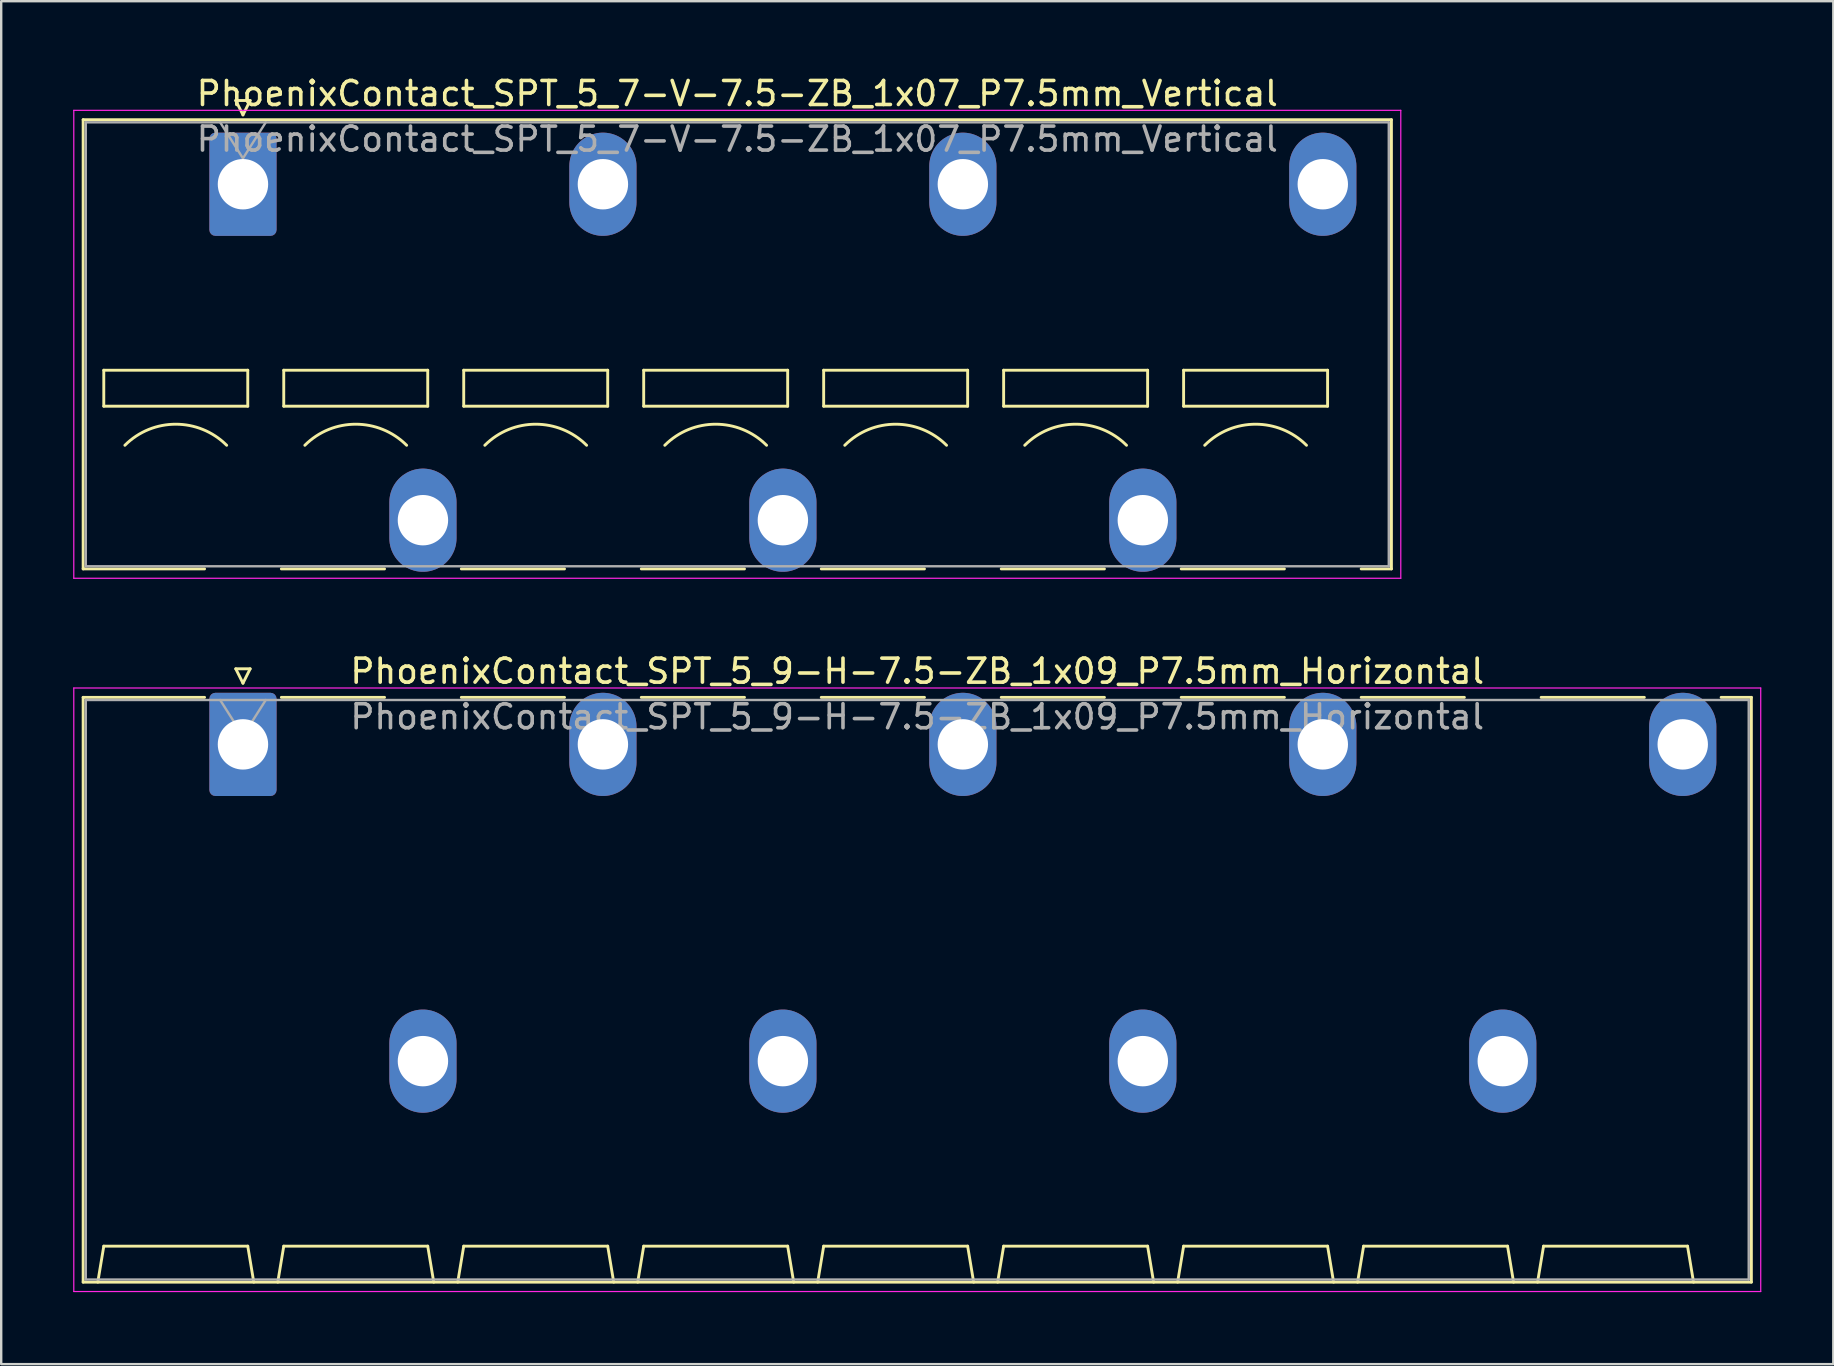
<source format=kicad_pcb>
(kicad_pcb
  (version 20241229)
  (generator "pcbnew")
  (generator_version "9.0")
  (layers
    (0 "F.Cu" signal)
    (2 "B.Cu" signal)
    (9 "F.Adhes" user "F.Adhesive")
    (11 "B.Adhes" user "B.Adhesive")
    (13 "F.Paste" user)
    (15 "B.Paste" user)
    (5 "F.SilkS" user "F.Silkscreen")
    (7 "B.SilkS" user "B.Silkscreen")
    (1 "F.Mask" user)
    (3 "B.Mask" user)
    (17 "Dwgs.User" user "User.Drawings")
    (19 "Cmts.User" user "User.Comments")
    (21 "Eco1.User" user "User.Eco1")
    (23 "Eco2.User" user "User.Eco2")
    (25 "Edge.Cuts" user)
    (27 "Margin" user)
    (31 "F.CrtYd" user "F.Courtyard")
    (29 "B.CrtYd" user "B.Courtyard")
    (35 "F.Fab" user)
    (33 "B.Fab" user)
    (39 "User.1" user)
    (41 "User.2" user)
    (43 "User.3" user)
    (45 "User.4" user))
  (footprint "PhoenixContact_SPT_5_9-H-7.5-ZB_1x09_P7.5mm_Horizontal"
    (layer "F.Cu")
    (at 7.075 27.971)
    (property "Reference" "PhoenixContact_SPT_5_9-H-7.5-ZB_1x09_P7.5mm_Horizontal" (at 28.1 -3.05 0) (layer "F.SilkS") (effects (font (size 1 1) (thickness 0.15))))
    (attr through_hole)
    (fp_line (start -6.66 -1.96) (end -1.6 -1.96) (stroke (width 0.12) (type solid)) (layer "F.SilkS"))
    (fp_line (start -6.66 22.41) (end -6.66 -1.96) (stroke (width 0.12) (type solid)) (layer "F.SilkS"))
    (fp_line (start -6.05 22.41) (end -5.8 20.91) (stroke (width 0.12) (type solid)) (layer "F.SilkS"))
    (fp_line (start -5.8 20.91) (end 0.2 20.91) (stroke (width 0.12) (type solid)) (layer "F.SilkS"))
    (fp_line (start -0.3 -3.15) (end 0 -2.55) (stroke (width 0.12) (type solid)) (layer "F.SilkS"))
    (fp_line (start -0.3 -3.15) (end 0.3 -3.15) (stroke (width 0.12) (type solid)) (layer "F.SilkS"))
    (fp_line (start 0.3 -3.15) (end 0 -2.55) (stroke (width 0.12) (type solid)) (layer "F.SilkS"))
    (fp_line (start 0.45 22.41) (end 0.2 20.91) (stroke (width 0.12) (type solid)) (layer "F.SilkS"))
    (fp_line (start 1.45 22.41) (end 1.7 20.91) (stroke (width 0.12) (type solid)) (layer "F.SilkS"))
    (fp_line (start 1.6 -1.96) (end 5.9 -1.96) (stroke (width 0.12) (type solid)) (layer "F.SilkS"))
    (fp_line (start 1.7 20.91) (end 7.7 20.91) (stroke (width 0.12) (type solid)) (layer "F.SilkS"))
    (fp_line (start 7.95 22.41) (end 7.7 20.91) (stroke (width 0.12) (type solid)) (layer "F.SilkS"))
    (fp_line (start 8.95 22.41) (end 9.2 20.91) (stroke (width 0.12) (type solid)) (layer "F.SilkS"))
    (fp_line (start 9.1 -1.96) (end 13.4 -1.96) (stroke (width 0.12) (type solid)) (layer "F.SilkS"))
    (fp_line (start 9.2 20.91) (end 15.2 20.91) (stroke (width 0.12) (type solid)) (layer "F.SilkS"))
    (fp_line (start 15.45 22.41) (end 15.2 20.91) (stroke (width 0.12) (type solid)) (layer "F.SilkS"))
    (fp_line (start 16.45 22.41) (end 16.7 20.91) (stroke (width 0.12) (type solid)) (layer "F.SilkS"))
    (fp_line (start 16.6 -1.96) (end 20.9 -1.96) (stroke (width 0.12) (type solid)) (layer "F.SilkS"))
    (fp_line (start 16.7 20.91) (end 22.7 20.91) (stroke (width 0.12) (type solid)) (layer "F.SilkS"))
    (fp_line (start 22.95 22.41) (end 22.7 20.91) (stroke (width 0.12) (type solid)) (layer "F.SilkS"))
    (fp_line (start 23.95 22.41) (end 24.2 20.91) (stroke (width 0.12) (type solid)) (layer "F.SilkS"))
    (fp_line (start 24.1 -1.96) (end 28.4 -1.96) (stroke (width 0.12) (type solid)) (layer "F.SilkS"))
    (fp_line (start 24.2 20.91) (end 30.2 20.91) (stroke (width 0.12) (type solid)) (layer "F.SilkS"))
    (fp_line (start 30.45 22.41) (end 30.2 20.91) (stroke (width 0.12) (type solid)) (layer "F.SilkS"))
    (fp_line (start 31.45 22.41) (end 31.7 20.91) (stroke (width 0.12) (type solid)) (layer "F.SilkS"))
    (fp_line (start 31.6 -1.96) (end 35.9 -1.96) (stroke (width 0.12) (type solid)) (layer "F.SilkS"))
    (fp_line (start 31.7 20.91) (end 37.7 20.91) (stroke (width 0.12) (type solid)) (layer "F.SilkS"))
    (fp_line (start 37.95 22.41) (end 37.7 20.91) (stroke (width 0.12) (type solid)) (layer "F.SilkS"))
    (fp_line (start 38.95 22.41) (end 39.2 20.91) (stroke (width 0.12) (type solid)) (layer "F.SilkS"))
    (fp_line (start 39.1 -1.96) (end 43.4 -1.96) (stroke (width 0.12) (type solid)) (layer "F.SilkS"))
    (fp_line (start 39.2 20.91) (end 45.2 20.91) (stroke (width 0.12) (type solid)) (layer "F.SilkS"))
    (fp_line (start 45.45 22.41) (end 45.2 20.91) (stroke (width 0.12) (type solid)) (layer "F.SilkS"))
    (fp_line (start 46.45 22.41) (end 46.7 20.91) (stroke (width 0.12) (type solid)) (layer "F.SilkS"))
    (fp_line (start 46.6 -1.96) (end 50.9 -1.96) (stroke (width 0.12) (type solid)) (layer "F.SilkS"))
    (fp_line (start 46.7 20.91) (end 52.7 20.91) (stroke (width 0.12) (type solid)) (layer "F.SilkS"))
    (fp_line (start 52.95 22.41) (end 52.7 20.91) (stroke (width 0.12) (type solid)) (layer "F.SilkS"))
    (fp_line (start 53.95 22.41) (end 54.2 20.91) (stroke (width 0.12) (type solid)) (layer "F.SilkS"))
    (fp_line (start 54.1 -1.96) (end 58.4 -1.96) (stroke (width 0.12) (type solid)) (layer "F.SilkS"))
    (fp_line (start 54.2 20.91) (end 60.2 20.91) (stroke (width 0.12) (type solid)) (layer "F.SilkS"))
    (fp_line (start 60.45 22.41) (end 60.2 20.91) (stroke (width 0.12) (type solid)) (layer "F.SilkS"))
    (fp_line (start 61.6 -1.96) (end 62.86 -1.96) (stroke (width 0.12) (type solid)) (layer "F.SilkS"))
    (fp_line (start 62.86 -1.96) (end 62.86 22.41) (stroke (width 0.12) (type solid)) (layer "F.SilkS"))
    (fp_line (start 62.86 22.41) (end -6.66 22.41) (stroke (width 0.12) (type solid)) (layer "F.SilkS"))
    (fp_line (start -7.05 -2.35) (end -7.05 22.8) (stroke (width 0.05) (type solid)) (layer "F.CrtYd"))
    (fp_line (start -7.05 22.8) (end 63.25 22.8) (stroke (width 0.05) (type solid)) (layer "F.CrtYd"))
    (fp_line (start 63.25 -2.35) (end -7.05 -2.35) (stroke (width 0.05) (type solid)) (layer "F.CrtYd"))
    (fp_line (start 63.25 22.8) (end 63.25 -2.35) (stroke (width 0.05) (type solid)) (layer "F.CrtYd"))
    (fp_line (start -6.55 -1.85) (end -6.55 22.3) (stroke (width 0.1) (type solid)) (layer "F.Fab"))
    (fp_line (start -6.55 22.3) (end 62.75 22.3) (stroke (width 0.1) (type solid)) (layer "F.Fab"))
    (fp_line (start -0.95 -1.85) (end 0 -0.35) (stroke (width 0.1) (type solid)) (layer "F.Fab"))
    (fp_line (start 0.95 -1.85) (end 0 -0.35) (stroke (width 0.1) (type solid)) (layer "F.Fab"))
    (fp_line (start 62.75 -1.85) (end -6.55 -1.85) (stroke (width 0.1) (type solid)) (layer "F.Fab"))
    (fp_line (start 62.75 22.3) (end 62.75 -1.85) (stroke (width 0.1) (type solid)) (layer "F.Fab"))
    (fp_text user "${REFERENCE}" (at 28.1 -1.15 0) (layer "F.Fab") (effects (font (size 1 1) (thickness 0.15))))
    (pad "1" thru_hole roundrect (at 0 0) (size 2.8 4.3) (drill 2.1) (layers "*.Cu" "*.Mask") (roundrect_rratio 0.089))
    (pad "2" thru_hole oval (at 7.5 13.2) (size 2.8 4.3) (drill 2.1) (layers "*.Cu" "*.Mask"))
    (pad "3" thru_hole oval (at 15 0) (size 2.8 4.3) (drill 2.1) (layers "*.Cu" "*.Mask"))
    (pad "4" thru_hole oval (at 22.5 13.2) (size 2.8 4.3) (drill 2.1) (layers "*.Cu" "*.Mask"))
    (pad "5" thru_hole oval (at 30 0) (size 2.8 4.3) (drill 2.1) (layers "*.Cu" "*.Mask"))
    (pad "6" thru_hole oval (at 37.5 13.2) (size 2.8 4.3) (drill 2.1) (layers "*.Cu" "*.Mask"))
    (pad "7" thru_hole oval (at 45 0) (size 2.8 4.3) (drill 2.1) (layers "*.Cu" "*.Mask"))
    (pad "8" thru_hole oval (at 52.5 13.2) (size 2.8 4.3) (drill 2.1) (layers "*.Cu" "*.Mask"))
    (pad "9" thru_hole oval (at 60 0) (size 2.8 4.3) (drill 2.1) (layers "*.Cu" "*.Mask")))
  (footprint "PhoenixContact_SPT_5_7-V-7.5-ZB_1x07_P7.5mm_Vertical"
    (layer "F.Cu")
    (at 7.075 4.628)
    (property "Reference" "PhoenixContact_SPT_5_7-V-7.5-ZB_1x07_P7.5mm_Vertical" (at 20.6 -3.78 0) (layer "F.SilkS") (effects (font (size 1 1) (thickness 0.15))))
    (attr through_hole)
    (fp_line (start -6.66 -2.69) (end 47.86 -2.69) (stroke (width 0.12) (type solid)) (layer "F.SilkS"))
    (fp_line (start -6.66 16.03) (end -6.66 -2.69) (stroke (width 0.12) (type solid)) (layer "F.SilkS"))
    (fp_line (start -6.66 16.03) (end -1.6 16.03) (stroke (width 0.12) (type solid)) (layer "F.SilkS"))
    (fp_line (start -5.8 7.75) (end -5.8 9.25) (stroke (width 0.12) (type solid)) (layer "F.SilkS"))
    (fp_line (start -5.8 9.25) (end 0.2 9.25) (stroke (width 0.12) (type solid)) (layer "F.SilkS"))
    (fp_line (start -0.3 -3.49) (end 0 -2.89) (stroke (width 0.12) (type solid)) (layer "F.SilkS"))
    (fp_line (start -0.3 -3.49) (end 0.3 -3.49) (stroke (width 0.12) (type solid)) (layer "F.SilkS"))
    (fp_line (start 0.2 7.75) (end -5.8 7.75) (stroke (width 0.12) (type solid)) (layer "F.SilkS"))
    (fp_line (start 0.2 9.25) (end 0.2 7.75) (stroke (width 0.12) (type solid)) (layer "F.SilkS"))
    (fp_line (start 0.3 -3.49) (end 0 -2.89) (stroke (width 0.12) (type solid)) (layer "F.SilkS"))
    (fp_line (start 1.6 16.03) (end 5.9 16.03) (stroke (width 0.12) (type solid)) (layer "F.SilkS"))
    (fp_line (start 1.7 7.75) (end 1.7 9.25) (stroke (width 0.12) (type solid)) (layer "F.SilkS"))
    (fp_line (start 1.7 9.25) (end 7.7 9.25) (stroke (width 0.12) (type solid)) (layer "F.SilkS"))
    (fp_line (start 7.7 7.75) (end 1.7 7.75) (stroke (width 0.12) (type solid)) (layer "F.SilkS"))
    (fp_line (start 7.7 9.25) (end 7.7 7.75) (stroke (width 0.12) (type solid)) (layer "F.SilkS"))
    (fp_line (start 9.1 16.03) (end 13.4 16.03) (stroke (width 0.12) (type solid)) (layer "F.SilkS"))
    (fp_line (start 9.2 7.75) (end 9.2 9.25) (stroke (width 0.12) (type solid)) (layer "F.SilkS"))
    (fp_line (start 9.2 9.25) (end 15.2 9.25) (stroke (width 0.12) (type solid)) (layer "F.SilkS"))
    (fp_line (start 15.2 7.75) (end 9.2 7.75) (stroke (width 0.12) (type solid)) (layer "F.SilkS"))
    (fp_line (start 15.2 9.25) (end 15.2 7.75) (stroke (width 0.12) (type solid)) (layer "F.SilkS"))
    (fp_line (start 16.6 16.03) (end 20.9 16.03) (stroke (width 0.12) (type solid)) (layer "F.SilkS"))
    (fp_line (start 16.7 7.75) (end 16.7 9.25) (stroke (width 0.12) (type solid)) (layer "F.SilkS"))
    (fp_line (start 16.7 9.25) (end 22.7 9.25) (stroke (width 0.12) (type solid)) (layer "F.SilkS"))
    (fp_line (start 22.7 7.75) (end 16.7 7.75) (stroke (width 0.12) (type solid)) (layer "F.SilkS"))
    (fp_line (start 22.7 9.25) (end 22.7 7.75) (stroke (width 0.12) (type solid)) (layer "F.SilkS"))
    (fp_line (start 24.1 16.03) (end 28.4 16.03) (stroke (width 0.12) (type solid)) (layer "F.SilkS"))
    (fp_line (start 24.2 7.75) (end 24.2 9.25) (stroke (width 0.12) (type solid)) (layer "F.SilkS"))
    (fp_line (start 24.2 9.25) (end 30.2 9.25) (stroke (width 0.12) (type solid)) (layer "F.SilkS"))
    (fp_line (start 30.2 7.75) (end 24.2 7.75) (stroke (width 0.12) (type solid)) (layer "F.SilkS"))
    (fp_line (start 30.2 9.25) (end 30.2 7.75) (stroke (width 0.12) (type solid)) (layer "F.SilkS"))
    (fp_line (start 31.6 16.03) (end 35.9 16.03) (stroke (width 0.12) (type solid)) (layer "F.SilkS"))
    (fp_line (start 31.7 7.75) (end 31.7 9.25) (stroke (width 0.12) (type solid)) (layer "F.SilkS"))
    (fp_line (start 31.7 9.25) (end 37.7 9.25) (stroke (width 0.12) (type solid)) (layer "F.SilkS"))
    (fp_line (start 37.7 7.75) (end 31.7 7.75) (stroke (width 0.12) (type solid)) (layer "F.SilkS"))
    (fp_line (start 37.7 9.25) (end 37.7 7.75) (stroke (width 0.12) (type solid)) (layer "F.SilkS"))
    (fp_line (start 39.1 16.03) (end 43.4 16.03) (stroke (width 0.12) (type solid)) (layer "F.SilkS"))
    (fp_line (start 39.2 7.75) (end 39.2 9.25) (stroke (width 0.12) (type solid)) (layer "F.SilkS"))
    (fp_line (start 39.2 9.25) (end 45.2 9.25) (stroke (width 0.12) (type solid)) (layer "F.SilkS"))
    (fp_line (start 45.2 7.75) (end 39.2 7.75) (stroke (width 0.12) (type solid)) (layer "F.SilkS"))
    (fp_line (start 45.2 9.25) (end 45.2 7.75) (stroke (width 0.12) (type solid)) (layer "F.SilkS"))
    (fp_line (start 46.6 16.03) (end 47.86 16.03) (stroke (width 0.12) (type solid)) (layer "F.SilkS"))
    (fp_line (start 47.86 -2.69) (end 47.86 16.03) (stroke (width 0.12) (type solid)) (layer "F.SilkS"))
    (fp_arc (start -4.92132 10.87868) (mid -2.8 10) (end -0.67868 10.87868) (stroke (width 0.12) (type solid)) (layer "F.SilkS"))
    (fp_arc (start 2.57868 10.87868) (mid 4.7 10) (end 6.82132 10.87868) (stroke (width 0.12) (type solid)) (layer "F.SilkS"))
    (fp_arc (start 10.07868 10.87868) (mid 12.2 10) (end 14.32132 10.87868) (stroke (width 0.12) (type solid)) (layer "F.SilkS"))
    (fp_arc (start 17.57868 10.87868) (mid 19.7 10) (end 21.82132 10.87868) (stroke (width 0.12) (type solid)) (layer "F.SilkS"))
    (fp_arc (start 25.07868 10.87868) (mid 27.2 10) (end 29.32132 10.87868) (stroke (width 0.12) (type solid)) (layer "F.SilkS"))
    (fp_arc (start 32.57868 10.87868) (mid 34.7 10) (end 36.82132 10.87868) (stroke (width 0.12) (type solid)) (layer "F.SilkS"))
    (fp_arc (start 40.07868 10.87868) (mid 42.2 10) (end 44.32132 10.87868) (stroke (width 0.12) (type solid)) (layer "F.SilkS"))
    (fp_line (start -7.05 -3.08) (end -7.05 16.42) (stroke (width 0.05) (type solid)) (layer "F.CrtYd"))
    (fp_line (start -7.05 16.42) (end 48.25 16.42) (stroke (width 0.05) (type solid)) (layer "F.CrtYd"))
    (fp_line (start 48.25 -3.08) (end -7.05 -3.08) (stroke (width 0.05) (type solid)) (layer "F.CrtYd"))
    (fp_line (start 48.25 16.42) (end 48.25 -3.08) (stroke (width 0.05) (type solid)) (layer "F.CrtYd"))
    (fp_line (start -6.55 -2.58) (end -6.55 15.92) (stroke (width 0.1) (type solid)) (layer "F.Fab"))
    (fp_line (start -6.55 15.92) (end 47.75 15.92) (stroke (width 0.1) (type solid)) (layer "F.Fab"))
    (fp_line (start -0.95 -2.58) (end 0 -1.08) (stroke (width 0.1) (type solid)) (layer "F.Fab"))
    (fp_line (start 0.95 -2.58) (end 0 -1.08) (stroke (width 0.1) (type solid)) (layer "F.Fab"))
    (fp_line (start 47.75 -2.58) (end -6.55 -2.58) (stroke (width 0.1) (type solid)) (layer "F.Fab"))
    (fp_line (start 47.75 15.92) (end 47.75 -2.58) (stroke (width 0.1) (type solid)) (layer "F.Fab"))
    (fp_text user "${REFERENCE}" (at 20.6 -1.88 0) (layer "F.Fab") (effects (font (size 1 1) (thickness 0.15))))
    (pad "1" thru_hole roundrect (at 0 0) (size 2.8 4.3) (drill 2.1) (layers "*.Cu" "*.Mask") (roundrect_rratio 0.089))
    (pad "2" thru_hole oval (at 7.5 14) (size 2.8 4.3) (drill 2.1) (layers "*.Cu" "*.Mask"))
    (pad "3" thru_hole oval (at 15 0) (size 2.8 4.3) (drill 2.1) (layers "*.Cu" "*.Mask"))
    (pad "4" thru_hole oval (at 22.5 14) (size 2.8 4.3) (drill 2.1) (layers "*.Cu" "*.Mask"))
    (pad "5" thru_hole oval (at 30 0) (size 2.8 4.3) (drill 2.1) (layers "*.Cu" "*.Mask"))
    (pad "6" thru_hole oval (at 37.5 14) (size 2.8 4.3) (drill 2.1) (layers "*.Cu" "*.Mask"))
    (pad "7" thru_hole oval (at 45 0) (size 2.8 4.3) (drill 2.1) (layers "*.Cu" "*.Mask")))
  (gr_rect
    (start -3 -3)
    (end 73.35 53.797)
    (stroke (width 0.1) (type default))
    (fill no)
    (layer "Edge.Cuts")))
</source>
